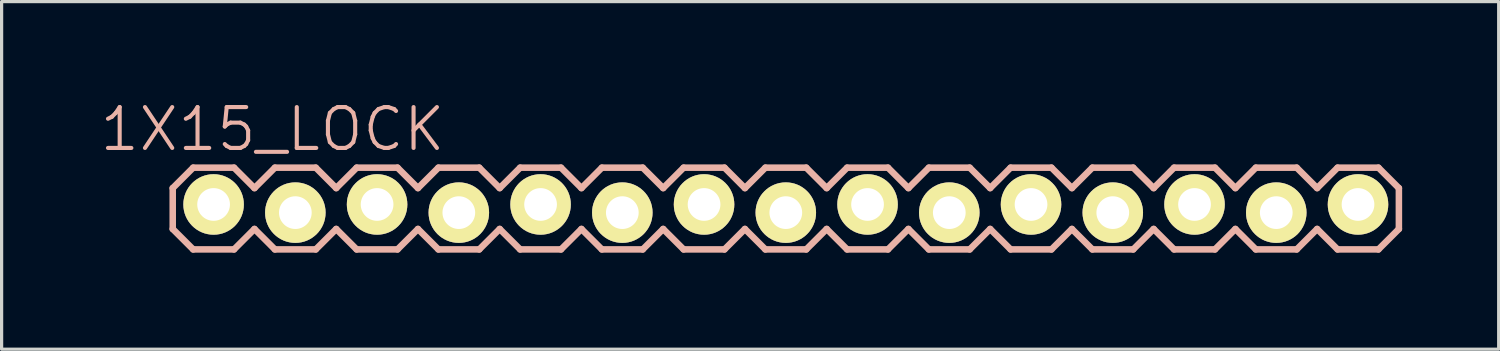
<source format=kicad_pcb>
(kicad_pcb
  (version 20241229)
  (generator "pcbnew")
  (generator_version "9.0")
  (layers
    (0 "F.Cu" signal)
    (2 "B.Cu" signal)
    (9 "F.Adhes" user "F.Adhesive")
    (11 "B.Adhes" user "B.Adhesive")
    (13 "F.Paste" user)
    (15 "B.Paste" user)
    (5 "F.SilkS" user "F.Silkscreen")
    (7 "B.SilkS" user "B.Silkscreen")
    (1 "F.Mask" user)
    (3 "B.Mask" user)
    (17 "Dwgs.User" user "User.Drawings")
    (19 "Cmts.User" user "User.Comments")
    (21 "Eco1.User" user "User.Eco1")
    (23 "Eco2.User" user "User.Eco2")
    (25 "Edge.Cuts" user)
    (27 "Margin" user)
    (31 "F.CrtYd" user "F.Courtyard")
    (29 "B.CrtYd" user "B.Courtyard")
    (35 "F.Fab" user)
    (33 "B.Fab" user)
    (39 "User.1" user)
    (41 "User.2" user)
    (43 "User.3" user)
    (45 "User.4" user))
  (footprint "1X15_LOCK"
    (layer "F.Cu")
    (at 3.587 3.43)
    (property "Reference" "1X15_LOCK" (at 1.829 -2.464 0) (layer "B.SilkS") (effects (font (size 1.27 1.27) (thickness 0.127))))
    (attr exclude_from_pos_files exclude_from_bom)
    (fp_line (start -0.254 -0.254) (end 0.254 -0.254) (stroke (width 0.066) (type solid)) (layer "F.SilkS"))
    (fp_line (start -0.254 0.254) (end -0.254 -0.254) (stroke (width 0.066) (type solid)) (layer "F.SilkS"))
    (fp_line (start -0.254 0.254) (end 0.254 0.254) (stroke (width 0.066) (type solid)) (layer "F.SilkS"))
    (fp_line (start 0.254 0.254) (end 0.254 -0.254) (stroke (width 0.066) (type solid)) (layer "F.SilkS"))
    (fp_line (start 2.286 -0.254) (end 2.794 -0.254) (stroke (width 0.066) (type solid)) (layer "F.SilkS"))
    (fp_line (start 2.286 0.254) (end 2.286 -0.254) (stroke (width 0.066) (type solid)) (layer "F.SilkS"))
    (fp_line (start 2.286 0.254) (end 2.794 0.254) (stroke (width 0.066) (type solid)) (layer "F.SilkS"))
    (fp_line (start 2.794 0.254) (end 2.794 -0.254) (stroke (width 0.066) (type solid)) (layer "F.SilkS"))
    (fp_line (start 4.826 -0.254) (end 5.334 -0.254) (stroke (width 0.066) (type solid)) (layer "F.SilkS"))
    (fp_line (start 4.826 0.254) (end 4.826 -0.254) (stroke (width 0.066) (type solid)) (layer "F.SilkS"))
    (fp_line (start 4.826 0.254) (end 5.334 0.254) (stroke (width 0.066) (type solid)) (layer "F.SilkS"))
    (fp_line (start 5.334 0.254) (end 5.334 -0.254) (stroke (width 0.066) (type solid)) (layer "F.SilkS"))
    (fp_line (start 7.366 -0.254) (end 7.874 -0.254) (stroke (width 0.066) (type solid)) (layer "F.SilkS"))
    (fp_line (start 7.366 0.254) (end 7.366 -0.254) (stroke (width 0.066) (type solid)) (layer "F.SilkS"))
    (fp_line (start 7.366 0.254) (end 7.874 0.254) (stroke (width 0.066) (type solid)) (layer "F.SilkS"))
    (fp_line (start 7.874 0.254) (end 7.874 -0.254) (stroke (width 0.066) (type solid)) (layer "F.SilkS"))
    (fp_line (start 9.906 -0.254) (end 10.414 -0.254) (stroke (width 0.066) (type solid)) (layer "F.SilkS"))
    (fp_line (start 9.906 0.254) (end 9.906 -0.254) (stroke (width 0.066) (type solid)) (layer "F.SilkS"))
    (fp_line (start 9.906 0.254) (end 10.414 0.254) (stroke (width 0.066) (type solid)) (layer "F.SilkS"))
    (fp_line (start 10.414 0.254) (end 10.414 -0.254) (stroke (width 0.066) (type solid)) (layer "F.SilkS"))
    (fp_line (start 12.446 -0.254) (end 12.954 -0.254) (stroke (width 0.066) (type solid)) (layer "F.SilkS"))
    (fp_line (start 12.446 0.254) (end 12.446 -0.254) (stroke (width 0.066) (type solid)) (layer "F.SilkS"))
    (fp_line (start 12.446 0.254) (end 12.954 0.254) (stroke (width 0.066) (type solid)) (layer "F.SilkS"))
    (fp_line (start 12.954 0.254) (end 12.954 -0.254) (stroke (width 0.066) (type solid)) (layer "F.SilkS"))
    (fp_line (start 14.986 -0.254) (end 15.494 -0.254) (stroke (width 0.066) (type solid)) (layer "F.SilkS"))
    (fp_line (start 14.986 0.254) (end 14.986 -0.254) (stroke (width 0.066) (type solid)) (layer "F.SilkS"))
    (fp_line (start 14.986 0.254) (end 15.494 0.254) (stroke (width 0.066) (type solid)) (layer "F.SilkS"))
    (fp_line (start 15.494 0.254) (end 15.494 -0.254) (stroke (width 0.066) (type solid)) (layer "F.SilkS"))
    (fp_line (start 17.523 -0.254) (end 18.034 -0.254) (stroke (width 0.066) (type solid)) (layer "F.SilkS"))
    (fp_line (start 17.523 0.254) (end 17.523 -0.254) (stroke (width 0.066) (type solid)) (layer "F.SilkS"))
    (fp_line (start 17.523 0.254) (end 18.034 0.254) (stroke (width 0.066) (type solid)) (layer "F.SilkS"))
    (fp_line (start 18.034 0.254) (end 18.034 -0.254) (stroke (width 0.066) (type solid)) (layer "F.SilkS"))
    (fp_line (start 20.066 -0.254) (end 20.574 -0.254) (stroke (width 0.066) (type solid)) (layer "F.SilkS"))
    (fp_line (start 20.066 0.254) (end 20.066 -0.254) (stroke (width 0.066) (type solid)) (layer "F.SilkS"))
    (fp_line (start 20.066 0.254) (end 20.574 0.254) (stroke (width 0.066) (type solid)) (layer "F.SilkS"))
    (fp_line (start 20.574 0.254) (end 20.574 -0.254) (stroke (width 0.066) (type solid)) (layer "F.SilkS"))
    (fp_line (start 22.606 -0.254) (end 23.114 -0.254) (stroke (width 0.066) (type solid)) (layer "F.SilkS"))
    (fp_line (start 22.606 0.254) (end 22.606 -0.254) (stroke (width 0.066) (type solid)) (layer "F.SilkS"))
    (fp_line (start 22.606 0.254) (end 23.114 0.254) (stroke (width 0.066) (type solid)) (layer "F.SilkS"))
    (fp_line (start 23.114 0.254) (end 23.114 -0.254) (stroke (width 0.066) (type solid)) (layer "F.SilkS"))
    (fp_line (start 25.146 -0.254) (end 25.654 -0.254) (stroke (width 0.066) (type solid)) (layer "F.SilkS"))
    (fp_line (start 25.146 0.254) (end 25.146 -0.254) (stroke (width 0.066) (type solid)) (layer "F.SilkS"))
    (fp_line (start 25.146 0.254) (end 25.654 0.254) (stroke (width 0.066) (type solid)) (layer "F.SilkS"))
    (fp_line (start 25.654 0.254) (end 25.654 -0.254) (stroke (width 0.066) (type solid)) (layer "F.SilkS"))
    (fp_line (start 27.686 -0.254) (end 28.194 -0.254) (stroke (width 0.066) (type solid)) (layer "F.SilkS"))
    (fp_line (start 27.686 0.254) (end 27.686 -0.254) (stroke (width 0.066) (type solid)) (layer "F.SilkS"))
    (fp_line (start 27.686 0.254) (end 28.194 0.254) (stroke (width 0.066) (type solid)) (layer "F.SilkS"))
    (fp_line (start 28.194 0.254) (end 28.194 -0.254) (stroke (width 0.066) (type solid)) (layer "F.SilkS"))
    (fp_line (start 30.226 -0.254) (end 30.734 -0.254) (stroke (width 0.066) (type solid)) (layer "F.SilkS"))
    (fp_line (start 30.226 0.254) (end 30.226 -0.254) (stroke (width 0.066) (type solid)) (layer "F.SilkS"))
    (fp_line (start 30.226 0.254) (end 30.734 0.254) (stroke (width 0.066) (type solid)) (layer "F.SilkS"))
    (fp_line (start 30.734 0.254) (end 30.734 -0.254) (stroke (width 0.066) (type solid)) (layer "F.SilkS"))
    (fp_line (start 32.766 -0.254) (end 33.274 -0.254) (stroke (width 0.066) (type solid)) (layer "F.SilkS"))
    (fp_line (start 32.766 0.254) (end 32.766 -0.254) (stroke (width 0.066) (type solid)) (layer "F.SilkS"))
    (fp_line (start 32.766 0.254) (end 33.274 0.254) (stroke (width 0.066) (type solid)) (layer "F.SilkS"))
    (fp_line (start 33.274 0.254) (end 33.274 -0.254) (stroke (width 0.066) (type solid)) (layer "F.SilkS"))
    (fp_line (start 35.303 -0.254) (end 35.814 -0.254) (stroke (width 0.066) (type solid)) (layer "F.SilkS"))
    (fp_line (start 35.303 0.254) (end 35.303 -0.254) (stroke (width 0.066) (type solid)) (layer "F.SilkS"))
    (fp_line (start 35.303 0.254) (end 35.814 0.254) (stroke (width 0.066) (type solid)) (layer "F.SilkS"))
    (fp_line (start 35.814 0.254) (end 35.814 -0.254) (stroke (width 0.066) (type solid)) (layer "F.SilkS"))
    (fp_line (start -1.27 -0.635) (end -1.27 0.635) (stroke (width 0.203) (type solid)) (layer "B.SilkS"))
    (fp_line (start -1.27 0.635) (end -0.635 1.27) (stroke (width 0.203) (type solid)) (layer "B.SilkS"))
    (fp_line (start -0.635 -1.27) (end -1.27 -0.635) (stroke (width 0.203) (type solid)) (layer "B.SilkS"))
    (fp_line (start -0.635 -1.27) (end 0.635 -1.27) (stroke (width 0.203) (type solid)) (layer "B.SilkS"))
    (fp_line (start 0.635 -1.27) (end 1.27 -0.635) (stroke (width 0.203) (type solid)) (layer "B.SilkS"))
    (fp_line (start 0.635 1.27) (end -0.635 1.27) (stroke (width 0.203) (type solid)) (layer "B.SilkS"))
    (fp_line (start 1.27 -0.635) (end 1.905 -1.27) (stroke (width 0.203) (type solid)) (layer "B.SilkS"))
    (fp_line (start 1.27 0.635) (end 0.635 1.27) (stroke (width 0.203) (type solid)) (layer "B.SilkS"))
    (fp_line (start 1.905 -1.27) (end 3.175 -1.27) (stroke (width 0.203) (type solid)) (layer "B.SilkS"))
    (fp_line (start 1.905 1.27) (end 1.27 0.635) (stroke (width 0.203) (type solid)) (layer "B.SilkS"))
    (fp_line (start 3.175 -1.27) (end 3.81 -0.635) (stroke (width 0.203) (type solid)) (layer "B.SilkS"))
    (fp_line (start 3.175 1.27) (end 1.905 1.27) (stroke (width 0.203) (type solid)) (layer "B.SilkS"))
    (fp_line (start 3.81 -0.635) (end 4.445 -1.27) (stroke (width 0.203) (type solid)) (layer "B.SilkS"))
    (fp_line (start 3.81 0.635) (end 3.175 1.27) (stroke (width 0.203) (type solid)) (layer "B.SilkS"))
    (fp_line (start 4.445 -1.27) (end 5.715 -1.27) (stroke (width 0.203) (type solid)) (layer "B.SilkS"))
    (fp_line (start 4.445 1.27) (end 3.81 0.635) (stroke (width 0.203) (type solid)) (layer "B.SilkS"))
    (fp_line (start 5.715 -1.27) (end 6.35 -0.635) (stroke (width 0.203) (type solid)) (layer "B.SilkS"))
    (fp_line (start 5.715 1.27) (end 4.445 1.27) (stroke (width 0.203) (type solid)) (layer "B.SilkS"))
    (fp_line (start 6.35 0.635) (end 5.715 1.27) (stroke (width 0.203) (type solid)) (layer "B.SilkS"))
    (fp_line (start 6.35 0.635) (end 6.985 1.27) (stroke (width 0.203) (type solid)) (layer "B.SilkS"))
    (fp_line (start 6.985 -1.27) (end 6.35 -0.635) (stroke (width 0.203) (type solid)) (layer "B.SilkS"))
    (fp_line (start 6.985 -1.27) (end 8.255 -1.27) (stroke (width 0.203) (type solid)) (layer "B.SilkS"))
    (fp_line (start 8.255 -1.27) (end 8.89 -0.635) (stroke (width 0.203) (type solid)) (layer "B.SilkS"))
    (fp_line (start 8.255 1.27) (end 6.985 1.27) (stroke (width 0.203) (type solid)) (layer "B.SilkS"))
    (fp_line (start 8.89 -0.635) (end 9.525 -1.27) (stroke (width 0.203) (type solid)) (layer "B.SilkS"))
    (fp_line (start 8.89 0.635) (end 8.255 1.27) (stroke (width 0.203) (type solid)) (layer "B.SilkS"))
    (fp_line (start 9.525 -1.27) (end 10.795 -1.27) (stroke (width 0.203) (type solid)) (layer "B.SilkS"))
    (fp_line (start 9.525 1.27) (end 8.89 0.635) (stroke (width 0.203) (type solid)) (layer "B.SilkS"))
    (fp_line (start 10.795 -1.27) (end 11.43 -0.635) (stroke (width 0.203) (type solid)) (layer "B.SilkS"))
    (fp_line (start 10.795 1.27) (end 9.525 1.27) (stroke (width 0.203) (type solid)) (layer "B.SilkS"))
    (fp_line (start 11.43 -0.635) (end 12.065 -1.27) (stroke (width 0.203) (type solid)) (layer "B.SilkS"))
    (fp_line (start 11.43 0.635) (end 10.795 1.27) (stroke (width 0.203) (type solid)) (layer "B.SilkS"))
    (fp_line (start 12.065 -1.27) (end 13.335 -1.27) (stroke (width 0.203) (type solid)) (layer "B.SilkS"))
    (fp_line (start 12.065 1.27) (end 11.43 0.635) (stroke (width 0.203) (type solid)) (layer "B.SilkS"))
    (fp_line (start 13.335 -1.27) (end 13.97 -0.635) (stroke (width 0.203) (type solid)) (layer "B.SilkS"))
    (fp_line (start 13.335 1.27) (end 12.065 1.27) (stroke (width 0.203) (type solid)) (layer "B.SilkS"))
    (fp_line (start 13.97 0.635) (end 13.335 1.27) (stroke (width 0.203) (type solid)) (layer "B.SilkS"))
    (fp_line (start 13.97 0.635) (end 14.605 1.27) (stroke (width 0.203) (type solid)) (layer "B.SilkS"))
    (fp_line (start 14.605 -1.27) (end 13.97 -0.635) (stroke (width 0.203) (type solid)) (layer "B.SilkS"))
    (fp_line (start 14.605 -1.27) (end 15.875 -1.27) (stroke (width 0.203) (type solid)) (layer "B.SilkS"))
    (fp_line (start 15.875 -1.27) (end 16.51 -0.635) (stroke (width 0.203) (type solid)) (layer "B.SilkS"))
    (fp_line (start 15.875 1.27) (end 14.605 1.27) (stroke (width 0.203) (type solid)) (layer "B.SilkS"))
    (fp_line (start 16.51 0.635) (end 15.875 1.27) (stroke (width 0.203) (type solid)) (layer "B.SilkS"))
    (fp_line (start 16.51 0.635) (end 17.145 1.27) (stroke (width 0.203) (type solid)) (layer "B.SilkS"))
    (fp_line (start 17.145 -1.27) (end 16.51 -0.635) (stroke (width 0.203) (type solid)) (layer "B.SilkS"))
    (fp_line (start 17.145 -1.27) (end 18.415 -1.27) (stroke (width 0.203) (type solid)) (layer "B.SilkS"))
    (fp_line (start 18.415 -1.27) (end 19.05 -0.635) (stroke (width 0.203) (type solid)) (layer "B.SilkS"))
    (fp_line (start 18.415 1.27) (end 17.145 1.27) (stroke (width 0.203) (type solid)) (layer "B.SilkS"))
    (fp_line (start 19.05 -0.635) (end 19.685 -1.27) (stroke (width 0.203) (type solid)) (layer "B.SilkS"))
    (fp_line (start 19.05 0.635) (end 18.415 1.27) (stroke (width 0.203) (type solid)) (layer "B.SilkS"))
    (fp_line (start 19.685 -1.27) (end 20.955 -1.27) (stroke (width 0.203) (type solid)) (layer "B.SilkS"))
    (fp_line (start 19.685 1.27) (end 19.05 0.635) (stroke (width 0.203) (type solid)) (layer "B.SilkS"))
    (fp_line (start 20.955 -1.27) (end 21.59 -0.635) (stroke (width 0.203) (type solid)) (layer "B.SilkS"))
    (fp_line (start 20.955 1.27) (end 19.685 1.27) (stroke (width 0.203) (type solid)) (layer "B.SilkS"))
    (fp_line (start 21.59 -0.635) (end 22.225 -1.27) (stroke (width 0.203) (type solid)) (layer "B.SilkS"))
    (fp_line (start 21.59 0.635) (end 20.955 1.27) (stroke (width 0.203) (type solid)) (layer "B.SilkS"))
    (fp_line (start 22.225 -1.27) (end 23.495 -1.27) (stroke (width 0.203) (type solid)) (layer "B.SilkS"))
    (fp_line (start 22.225 1.27) (end 21.59 0.635) (stroke (width 0.203) (type solid)) (layer "B.SilkS"))
    (fp_line (start 23.495 -1.27) (end 24.13 -0.635) (stroke (width 0.203) (type solid)) (layer "B.SilkS"))
    (fp_line (start 23.495 1.27) (end 22.225 1.27) (stroke (width 0.203) (type solid)) (layer "B.SilkS"))
    (fp_line (start 24.13 0.635) (end 23.495 1.27) (stroke (width 0.203) (type solid)) (layer "B.SilkS"))
    (fp_line (start 24.13 0.635) (end 24.765 1.27) (stroke (width 0.203) (type solid)) (layer "B.SilkS"))
    (fp_line (start 24.765 -1.27) (end 24.13 -0.635) (stroke (width 0.203) (type solid)) (layer "B.SilkS"))
    (fp_line (start 24.765 -1.27) (end 26.035 -1.27) (stroke (width 0.203) (type solid)) (layer "B.SilkS"))
    (fp_line (start 26.035 -1.27) (end 26.67 -0.635) (stroke (width 0.203) (type solid)) (layer "B.SilkS"))
    (fp_line (start 26.035 1.27) (end 24.765 1.27) (stroke (width 0.203) (type solid)) (layer "B.SilkS"))
    (fp_line (start 26.67 -0.635) (end 27.305 -1.27) (stroke (width 0.203) (type solid)) (layer "B.SilkS"))
    (fp_line (start 26.67 0.635) (end 26.035 1.27) (stroke (width 0.203) (type solid)) (layer "B.SilkS"))
    (fp_line (start 27.305 -1.27) (end 28.575 -1.27) (stroke (width 0.203) (type solid)) (layer "B.SilkS"))
    (fp_line (start 27.305 1.27) (end 26.67 0.635) (stroke (width 0.203) (type solid)) (layer "B.SilkS"))
    (fp_line (start 28.575 -1.27) (end 29.21 -0.635) (stroke (width 0.203) (type solid)) (layer "B.SilkS"))
    (fp_line (start 28.575 1.27) (end 27.305 1.27) (stroke (width 0.203) (type solid)) (layer "B.SilkS"))
    (fp_line (start 29.21 -0.635) (end 29.845 -1.27) (stroke (width 0.203) (type solid)) (layer "B.SilkS"))
    (fp_line (start 29.21 0.635) (end 28.575 1.27) (stroke (width 0.203) (type solid)) (layer "B.SilkS"))
    (fp_line (start 29.845 -1.27) (end 31.115 -1.27) (stroke (width 0.203) (type solid)) (layer "B.SilkS"))
    (fp_line (start 29.845 1.27) (end 29.21 0.635) (stroke (width 0.203) (type solid)) (layer "B.SilkS"))
    (fp_line (start 31.115 -1.27) (end 31.75 -0.635) (stroke (width 0.203) (type solid)) (layer "B.SilkS"))
    (fp_line (start 31.115 1.27) (end 29.845 1.27) (stroke (width 0.203) (type solid)) (layer "B.SilkS"))
    (fp_line (start 31.75 0.635) (end 31.115 1.27) (stroke (width 0.203) (type solid)) (layer "B.SilkS"))
    (fp_line (start 31.75 0.635) (end 32.385 1.27) (stroke (width 0.203) (type solid)) (layer "B.SilkS"))
    (fp_line (start 32.385 -1.27) (end 31.75 -0.635) (stroke (width 0.203) (type solid)) (layer "B.SilkS"))
    (fp_line (start 32.385 -1.27) (end 33.655 -1.27) (stroke (width 0.203) (type solid)) (layer "B.SilkS"))
    (fp_line (start 33.655 -1.27) (end 34.29 -0.635) (stroke (width 0.203) (type solid)) (layer "B.SilkS"))
    (fp_line (start 33.655 1.27) (end 32.385 1.27) (stroke (width 0.203) (type solid)) (layer "B.SilkS"))
    (fp_line (start 34.29 0.635) (end 33.655 1.27) (stroke (width 0.203) (type solid)) (layer "B.SilkS"))
    (fp_line (start 34.29 0.635) (end 34.925 1.27) (stroke (width 0.203) (type solid)) (layer "B.SilkS"))
    (fp_line (start 34.925 -1.27) (end 34.29 -0.635) (stroke (width 0.203) (type solid)) (layer "B.SilkS"))
    (fp_line (start 34.925 -1.27) (end 36.195 -1.27) (stroke (width 0.203) (type solid)) (layer "B.SilkS"))
    (fp_line (start 36.195 -1.27) (end 36.83 -0.635) (stroke (width 0.203) (type solid)) (layer "B.SilkS"))
    (fp_line (start 36.195 1.27) (end 34.925 1.27) (stroke (width 0.203) (type solid)) (layer "B.SilkS"))
    (fp_line (start 36.83 -0.635) (end 36.83 0.635) (stroke (width 0.203) (type solid)) (layer "B.SilkS"))
    (fp_line (start 36.83 0.635) (end 36.195 1.27) (stroke (width 0.203) (type solid)) (layer "B.SilkS"))
    (pad "1" thru_hole circle (at 0 -0.127) (size 1.88 1.88) (drill 1.016) (layers "*.Cu" "F.Mask" "F.SilkS" "F.Paste"))
    (pad "2" thru_hole circle (at 2.54 0.127) (size 1.88 1.88) (drill 1.016) (layers "*.Cu" "F.Mask" "F.SilkS" "F.Paste"))
    (pad "3" thru_hole circle (at 5.08 -0.127) (size 1.88 1.88) (drill 1.016) (layers "*.Cu" "F.Mask" "F.SilkS" "F.Paste"))
    (pad "4" thru_hole circle (at 7.62 0.127) (size 1.88 1.88) (drill 1.016) (layers "*.Cu" "F.Mask" "F.SilkS" "F.Paste"))
    (pad "5" thru_hole circle (at 10.16 -0.127) (size 1.88 1.88) (drill 1.016) (layers "*.Cu" "F.Mask" "F.SilkS" "F.Paste"))
    (pad "6" thru_hole circle (at 12.7 0.127) (size 1.88 1.88) (drill 1.016) (layers "*.Cu" "F.Mask" "F.SilkS" "F.Paste"))
    (pad "7" thru_hole circle (at 15.24 -0.127) (size 1.88 1.88) (drill 1.016) (layers "*.Cu" "F.Mask" "F.SilkS" "F.Paste"))
    (pad "8" thru_hole circle (at 17.78 0.127) (size 1.88 1.88) (drill 1.016) (layers "*.Cu" "F.Mask" "F.SilkS" "F.Paste"))
    (pad "9" thru_hole circle (at 20.32 -0.127) (size 1.88 1.88) (drill 1.016) (layers "*.Cu" "F.Mask" "F.SilkS" "F.Paste"))
    (pad "10" thru_hole circle (at 22.86 0.127) (size 1.88 1.88) (drill 1.016) (layers "*.Cu" "F.Mask" "F.SilkS" "F.Paste"))
    (pad "11" thru_hole circle (at 25.4 -0.127) (size 1.88 1.88) (drill 1.016) (layers "*.Cu" "F.Mask" "F.SilkS" "F.Paste"))
    (pad "12" thru_hole circle (at 27.94 0.127) (size 1.88 1.88) (drill 1.016) (layers "*.Cu" "F.Mask" "F.SilkS" "F.Paste"))
    (pad "13" thru_hole circle (at 30.48 -0.127) (size 1.88 1.88) (drill 1.016) (layers "*.Cu" "F.Mask" "F.SilkS" "F.Paste"))
    (pad "14" thru_hole circle (at 33.02 0.127) (size 1.88 1.88) (drill 1.016) (layers "*.Cu" "F.Mask" "F.SilkS" "F.Paste"))
    (pad "15" thru_hole circle (at 35.56 -0.127) (size 1.88 1.88) (drill 1.016) (layers "*.Cu" "F.Mask" "F.SilkS" "F.Paste")))
  (gr_rect
    (start -3 -3)
    (end 43.518 7.801)
    (stroke (width 0.1) (type default))
    (fill no)
    (layer "Edge.Cuts")))
</source>
